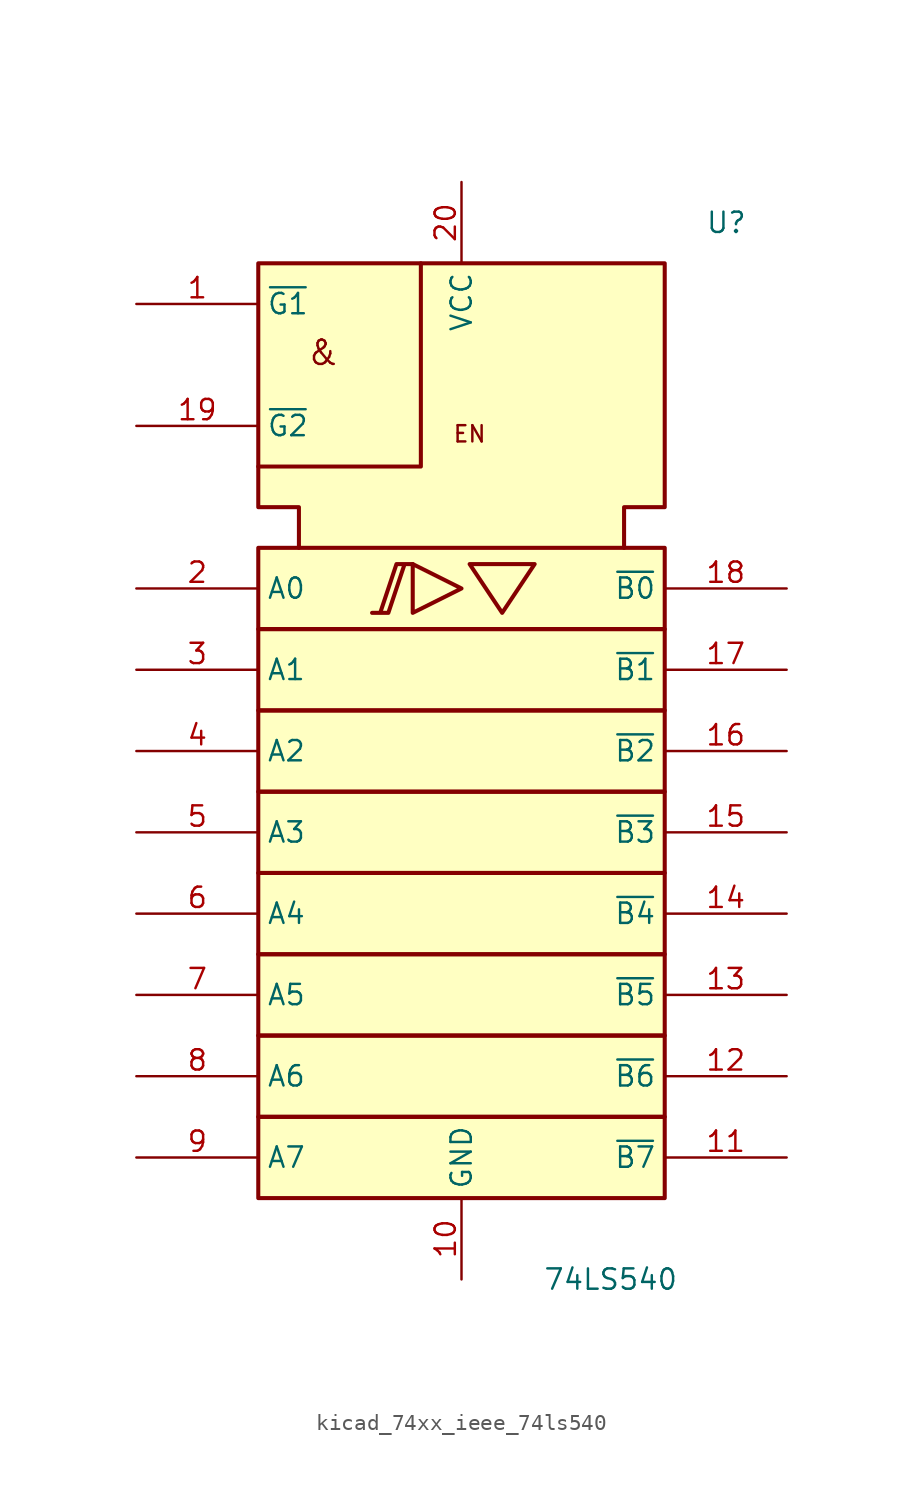
<source format=kicad_sym>
(kicad_symbol_lib
  (version 20220914)
  (generator kicad_symbol_editor)
  (symbol "kicad_74xx_ieee_74ls540"
    (property "Reference" "U"
      (at 15.24 35.56 0)
      (effects (font (size 1.27 1.27)) (justify left)))
    (property "Value" "74LS540"
      (at 5.08 -30.48 0)
      (effects (font (size 1.27 1.27)) (justify left)))
    (symbol "kicad_74xx_ieee_74ls540_0_0"
      (polyline (pts (xy -2.54 33.02) (xy -2.54 20.32) (xy -12.7 20.32) (xy -12.7 20.32)) (stroke (width 0.254) (type default)) (fill (type background)))
      (polyline (pts (xy -3.048 14.224) (xy -3.048 11.176) (xy 0 12.7) (xy -3.048 14.224) (xy -3.048 14.224)) (stroke (width 0.254) (type default)) (fill (type background)))
      (polyline (pts (xy 0.508 14.224) (xy 4.572 14.224) (xy 2.54 11.176) (xy 0.508 14.224) (xy 0.508 14.224)) (stroke (width 0.254) (type default)) (fill (type background)))
      (polyline (pts (xy -4.572 11.176) (xy -5.588 11.176) (xy -4.572 11.176) (xy -3.556 14.224) (xy -3.048 14.224) (xy -4.064 14.224) (xy -5.08 11.176) (xy -5.08 11.176)) (stroke (width 0.254) (type default)) (fill (type background)))
      (text "&" (at -8.636 27.432 0) (effects (font (size 1.524 1.524))))
      (text "EN" (at 0.508 22.352 0) (effects (font (size 1.016 1.016))))
      (pin power_in line (at 0 -30.48 90) (length 5.08) (name "GND" (effects (font (size 1.27 1.27)))) (number "10" (effects (font (size 1.27 1.27)))))
      (pin power_in line (at 0 38.1 270) (length 5.08) (name "VCC" (effects (font (size 1.27 1.27)))) (number "20" (effects (font (size 1.27 1.27))))))
    (symbol "kicad_74xx_ieee_74ls540_0_1"
      (rectangle (start -12.7 -20.32) (end 12.7 -25.4) (stroke (width 0.254) (type default)) (fill (type background)))
      (rectangle (start -12.7 -15.24) (end 12.7 -20.32) (stroke (width 0.254) (type default)) (fill (type background)))
      (rectangle (start -12.7 -10.16) (end 12.7 -15.24) (stroke (width 0.254) (type default)) (fill (type background)))
      (rectangle (start -12.7 -5.08) (end 12.7 -10.16) (stroke (width 0.254) (type default)) (fill (type background)))
      (rectangle (start -12.7 0) (end 12.7 -5.08) (stroke (width 0.254) (type default)) (fill (type background)))
      (rectangle (start -12.7 5.08) (end 12.7 0) (stroke (width 0.254) (type default)) (fill (type background)))
      (rectangle (start -12.7 10.16) (end 12.7 5.08) (stroke (width 0.254) (type default)) (fill (type background)))
      (rectangle (start -12.7 15.24) (end 12.7 10.16) (stroke (width 0.254) (type default)) (fill (type background)))
      (polyline (pts (xy -10.16 15.24) (xy -10.16 17.78) (xy -12.7 17.78) (xy -12.7 33.02) (xy 12.7 33.02) (xy 12.7 17.78) (xy 10.16 17.78) (xy 10.16 15.24) (xy 10.16 15.24)) (stroke (width 0.254) (type default)) (fill (type background))))
    (symbol "kicad_74xx_ieee_74ls540_1_1"
      (pin input line (at -20.32 30.48 0) (length 7.62) (name "~{G1}" (effects (font (size 1.27 1.27)))) (number "1" (effects (font (size 1.27 1.27)))))
      (pin tri_state line (at 20.32 -22.86 180) (length 7.62) (name "~{B7}" (effects (font (size 1.27 1.27)))) (number "11" (effects (font (size 1.27 1.27)))))
      (pin tri_state line (at 20.32 -17.78 180) (length 7.62) (name "~{B6}" (effects (font (size 1.27 1.27)))) (number "12" (effects (font (size 1.27 1.27)))))
      (pin tri_state line (at 20.32 -12.7 180) (length 7.62) (name "~{B5}" (effects (font (size 1.27 1.27)))) (number "13" (effects (font (size 1.27 1.27)))))
      (pin tri_state line (at 20.32 -7.62 180) (length 7.62) (name "~{B4}" (effects (font (size 1.27 1.27)))) (number "14" (effects (font (size 1.27 1.27)))))
      (pin tri_state line (at 20.32 -2.54 180) (length 7.62) (name "~{B3}" (effects (font (size 1.27 1.27)))) (number "15" (effects (font (size 1.27 1.27)))))
      (pin tri_state line (at 20.32 2.54 180) (length 7.62) (name "~{B2}" (effects (font (size 1.27 1.27)))) (number "16" (effects (font (size 1.27 1.27)))))
      (pin tri_state line (at 20.32 7.62 180) (length 7.62) (name "~{B1}" (effects (font (size 1.27 1.27)))) (number "17" (effects (font (size 1.27 1.27)))))
      (pin tri_state line (at 20.32 12.7 180) (length 7.62) (name "~{B0}" (effects (font (size 1.27 1.27)))) (number "18" (effects (font (size 1.27 1.27)))))
      (pin input line (at -20.32 22.86 0) (length 7.62) (name "~{G2}" (effects (font (size 1.27 1.27)))) (number "19" (effects (font (size 1.27 1.27)))))
      (pin input line (at -20.32 12.7 0) (length 7.62) (name "A0" (effects (font (size 1.27 1.27)))) (number "2" (effects (font (size 1.27 1.27)))))
      (pin input line (at -20.32 7.62 0) (length 7.62) (name "A1" (effects (font (size 1.27 1.27)))) (number "3" (effects (font (size 1.27 1.27)))))
      (pin input line (at -20.32 2.54 0) (length 7.62) (name "A2" (effects (font (size 1.27 1.27)))) (number "4" (effects (font (size 1.27 1.27)))))
      (pin input line (at -20.32 -2.54 0) (length 7.62) (name "A3" (effects (font (size 1.27 1.27)))) (number "5" (effects (font (size 1.27 1.27)))))
      (pin input line (at -20.32 -7.62 0) (length 7.62) (name "A4" (effects (font (size 1.27 1.27)))) (number "6" (effects (font (size 1.27 1.27)))))
      (pin input line (at -20.32 -12.7 0) (length 7.62) (name "A5" (effects (font (size 1.27 1.27)))) (number "7" (effects (font (size 1.27 1.27)))))
      (pin input line (at -20.32 -17.78 0) (length 7.62) (name "A6" (effects (font (size 1.27 1.27)))) (number "8" (effects (font (size 1.27 1.27)))))
      (pin input line (at -20.32 -22.86 0) (length 7.62) (name "A7" (effects (font (size 1.27 1.27)))) (number "9" (effects (font (size 1.27 1.27))))))))
</source>
